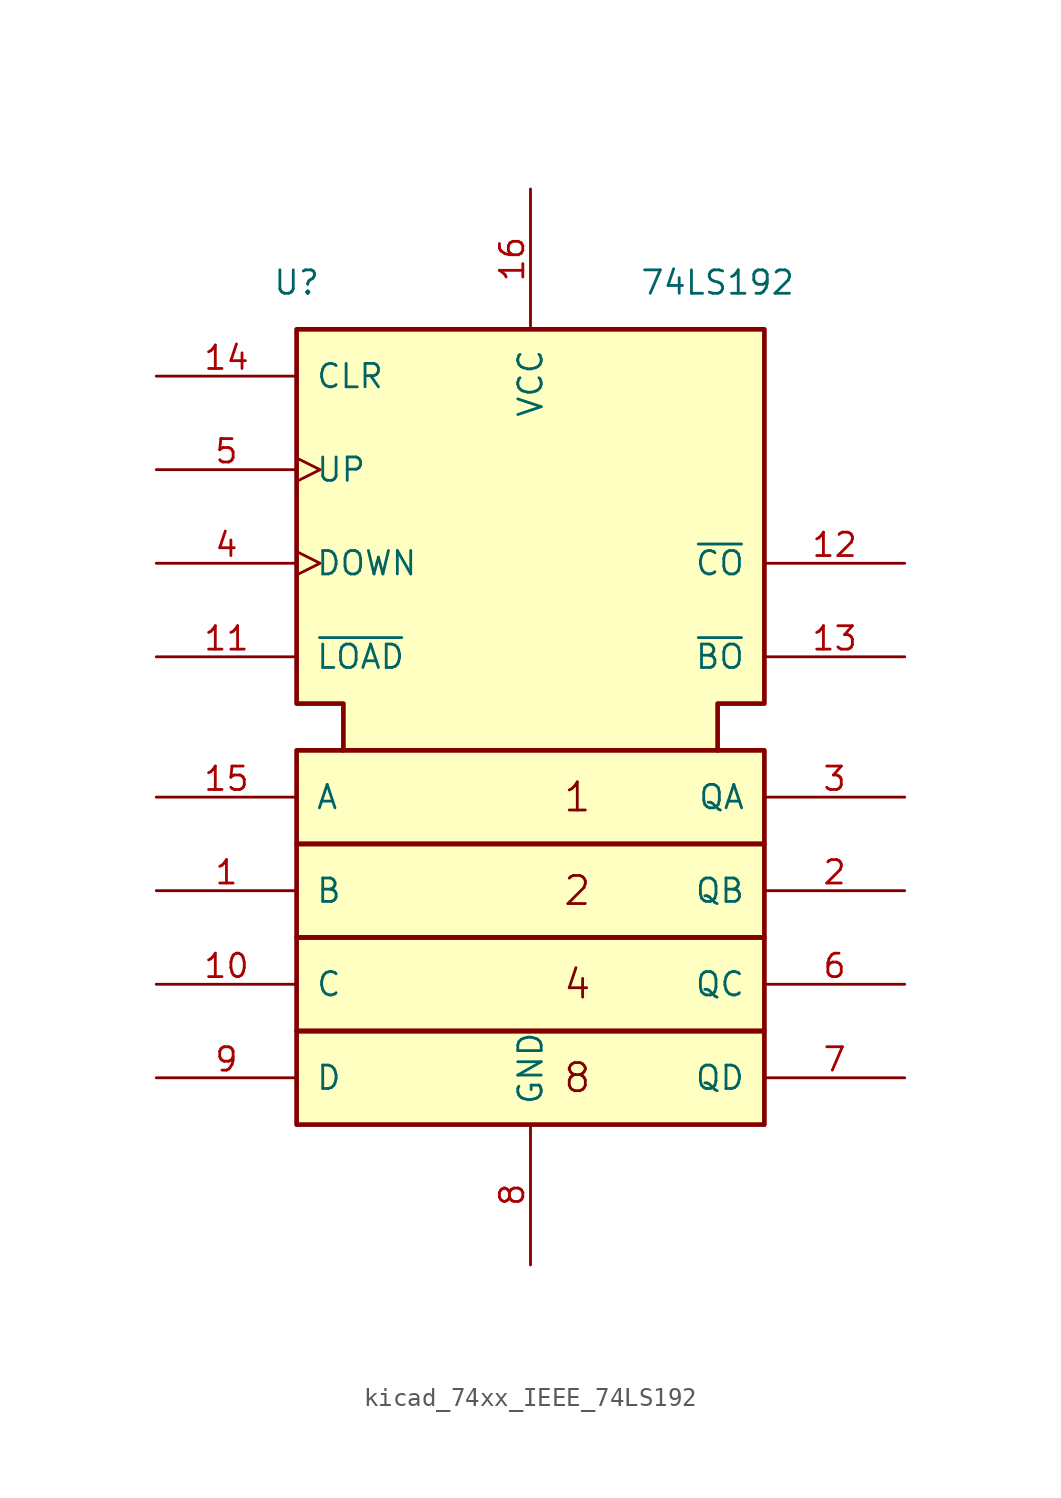
<source format=kicad_sym>
(kicad_symbol_lib
  (version 20220914)
  (generator kicad_symbol_editor)
  (symbol "kicad_74xx_IEEE_74LS192"
    (pin_names
      (offset 1.016))
    (property "Reference" "U"
      (at -12.7 25.4 0)
      (effects (font (size 1.27 1.27))))
    (property "Value" "74LS192"
      (at 10.16 25.4 0)
      (effects (font (size 1.27 1.27))))
    (symbol "kicad_74xx_IEEE_74LS192_0_0"
      (text "1" (at 2.54 -2.54 0) (effects (font (size 1.524 1.524))))
      (text "2" (at 2.54 -7.62 0) (effects (font (size 1.524 1.524))))
      (text "4" (at 2.54 -12.7 0) (effects (font (size 1.524 1.524))))
      (text "8" (at 2.54 -17.78 0) (effects (font (size 1.524 1.524))))
      (pin power_in line (at 0 30.48 270) (length 7.62) (name "VCC" (effects (font (size 1.27 1.27)))) (number "16" (effects (font (size 1.27 1.27)))))
      (pin power_in line (at 0 -27.94 90) (length 7.62) (name "GND" (effects (font (size 1.27 1.27)))) (number "8" (effects (font (size 1.27 1.27))))))
    (symbol "kicad_74xx_IEEE_74LS192_0_1"
      (rectangle (start -12.7 -15.24) (end 12.7 -20.32) (stroke (width 0.254) (type default)) (fill (type background)))
      (rectangle (start -12.7 -10.16) (end 12.7 -15.24) (stroke (width 0.254) (type default)) (fill (type background)))
      (rectangle (start -12.7 -5.08) (end 12.7 -10.16) (stroke (width 0.254) (type default)) (fill (type background)))
      (rectangle (start -12.7 0) (end 12.7 -5.08) (stroke (width 0.254) (type default)) (fill (type background)))
      (polyline (pts (xy -10.16 0) (xy -10.16 2.54) (xy -12.7 2.54) (xy -12.7 22.86) (xy 12.7 22.86) (xy 12.7 2.54) (xy 10.16 2.54) (xy 10.16 0) (xy 10.16 0)) (stroke (width 0.254) (type default)) (fill (type background))))
    (symbol "kicad_74xx_IEEE_74LS192_1_1"
      (pin input line (at -20.32 -7.62 0) (length 7.62) (name "B" (effects (font (size 1.27 1.27)))) (number "1" (effects (font (size 1.27 1.27)))))
      (pin input line (at -20.32 -12.7 0) (length 7.62) (name "C" (effects (font (size 1.27 1.27)))) (number "10" (effects (font (size 1.27 1.27)))))
      (pin input line (at -20.32 5.08 0) (length 7.62) (name "~{LOAD}" (effects (font (size 1.27 1.27)))) (number "11" (effects (font (size 1.27 1.27)))))
      (pin output line (at 20.32 10.16 180) (length 7.62) (name "~{CO}" (effects (font (size 1.27 1.27)))) (number "12" (effects (font (size 1.27 1.27)))))
      (pin output line (at 20.32 5.08 180) (length 7.62) (name "~{BO}" (effects (font (size 1.27 1.27)))) (number "13" (effects (font (size 1.27 1.27)))))
      (pin input line (at -20.32 20.32 0) (length 7.62) (name "CLR" (effects (font (size 1.27 1.27)))) (number "14" (effects (font (size 1.27 1.27)))))
      (pin input line (at -20.32 -2.54 0) (length 7.62) (name "A" (effects (font (size 1.27 1.27)))) (number "15" (effects (font (size 1.27 1.27)))))
      (pin output line (at 20.32 -7.62 180) (length 7.62) (name "QB" (effects (font (size 1.27 1.27)))) (number "2" (effects (font (size 1.27 1.27)))))
      (pin output line (at 20.32 -2.54 180) (length 7.62) (name "QA" (effects (font (size 1.27 1.27)))) (number "3" (effects (font (size 1.27 1.27)))))
      (pin input clock (at -20.32 10.16 0) (length 7.62) (name "DOWN" (effects (font (size 1.27 1.27)))) (number "4" (effects (font (size 1.27 1.27)))))
      (pin input clock (at -20.32 15.24 0) (length 7.62) (name "UP" (effects (font (size 1.27 1.27)))) (number "5" (effects (font (size 1.27 1.27)))))
      (pin output line (at 20.32 -12.7 180) (length 7.62) (name "QC" (effects (font (size 1.27 1.27)))) (number "6" (effects (font (size 1.27 1.27)))))
      (pin output line (at 20.32 -17.78 180) (length 7.62) (name "QD" (effects (font (size 1.27 1.27)))) (number "7" (effects (font (size 1.27 1.27)))))
      (pin input line (at -20.32 -17.78 0) (length 7.62) (name "D" (effects (font (size 1.27 1.27)))) (number "9" (effects (font (size 1.27 1.27))))))))
</source>
